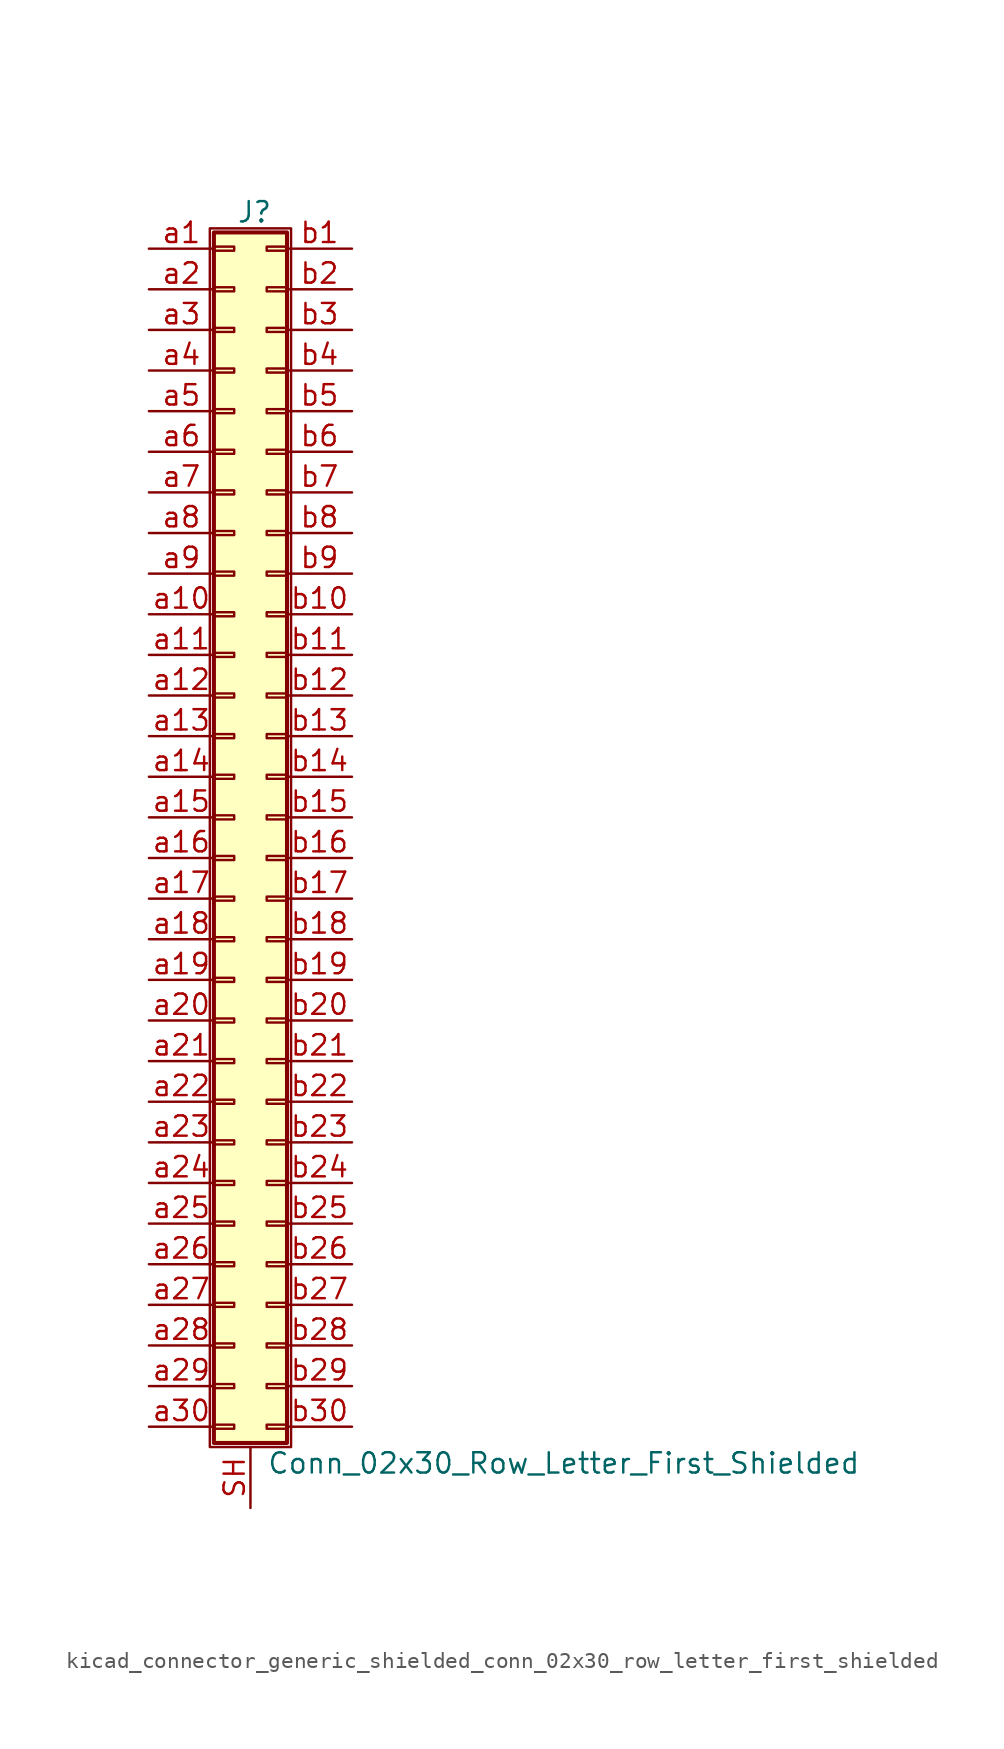
<source format=kicad_sym>
(kicad_symbol_lib
  (version 20220914)
  (generator kicad_symbol_editor)
  (symbol "kicad_connector_generic_shielded_conn_02x30_row_letter_first_shielded"
    (pin_names
      (offset 1.016) hide)
    (property "Reference" "J"
      (at 1.524 37.846 0)
      (effects (font (size 1.27 1.27))))
    (property "Value" "Conn_02x30_Row_Letter_First_Shielded"
      (at 2.286 -40.386 0)
      (effects (font (size 1.27 1.27)) (justify left)))
    (symbol "kicad_connector_generic_shielded_conn_02x30_row_letter_first_shielded_1_1"
      (rectangle (start -1.27 36.83) (end 3.81 -39.37) (stroke (width 0.152) (type default)) (fill (type none)))
      (rectangle (start -1.016 -37.973) (end 0.254 -38.227) (stroke (width 0.152) (type default)) (fill (type none)))
      (rectangle (start -1.016 -35.433) (end 0.254 -35.687) (stroke (width 0.152) (type default)) (fill (type none)))
      (rectangle (start -1.016 -32.893) (end 0.254 -33.147) (stroke (width 0.152) (type default)) (fill (type none)))
      (rectangle (start -1.016 -30.353) (end 0.254 -30.607) (stroke (width 0.152) (type default)) (fill (type none)))
      (rectangle (start -1.016 -27.813) (end 0.254 -28.067) (stroke (width 0.152) (type default)) (fill (type none)))
      (rectangle (start -1.016 -25.273) (end 0.254 -25.527) (stroke (width 0.152) (type default)) (fill (type none)))
      (rectangle (start -1.016 -22.733) (end 0.254 -22.987) (stroke (width 0.152) (type default)) (fill (type none)))
      (rectangle (start -1.016 -20.193) (end 0.254 -20.447) (stroke (width 0.152) (type default)) (fill (type none)))
      (rectangle (start -1.016 -17.653) (end 0.254 -17.907) (stroke (width 0.152) (type default)) (fill (type none)))
      (rectangle (start -1.016 -15.113) (end 0.254 -15.367) (stroke (width 0.152) (type default)) (fill (type none)))
      (rectangle (start -1.016 -12.573) (end 0.254 -12.827) (stroke (width 0.152) (type default)) (fill (type none)))
      (rectangle (start -1.016 -10.033) (end 0.254 -10.287) (stroke (width 0.152) (type default)) (fill (type none)))
      (rectangle (start -1.016 -7.493) (end 0.254 -7.747) (stroke (width 0.152) (type default)) (fill (type none)))
      (rectangle (start -1.016 -4.953) (end 0.254 -5.207) (stroke (width 0.152) (type default)) (fill (type none)))
      (rectangle (start -1.016 -2.413) (end 0.254 -2.667) (stroke (width 0.152) (type default)) (fill (type none)))
      (rectangle (start -1.016 0.127) (end 0.254 -0.127) (stroke (width 0.152) (type default)) (fill (type none)))
      (rectangle (start -1.016 2.667) (end 0.254 2.413) (stroke (width 0.152) (type default)) (fill (type none)))
      (rectangle (start -1.016 5.207) (end 0.254 4.953) (stroke (width 0.152) (type default)) (fill (type none)))
      (rectangle (start -1.016 7.747) (end 0.254 7.493) (stroke (width 0.152) (type default)) (fill (type none)))
      (rectangle (start -1.016 10.287) (end 0.254 10.033) (stroke (width 0.152) (type default)) (fill (type none)))
      (rectangle (start -1.016 12.827) (end 0.254 12.573) (stroke (width 0.152) (type default)) (fill (type none)))
      (rectangle (start -1.016 15.367) (end 0.254 15.113) (stroke (width 0.152) (type default)) (fill (type none)))
      (rectangle (start -1.016 17.907) (end 0.254 17.653) (stroke (width 0.152) (type default)) (fill (type none)))
      (rectangle (start -1.016 20.447) (end 0.254 20.193) (stroke (width 0.152) (type default)) (fill (type none)))
      (rectangle (start -1.016 22.987) (end 0.254 22.733) (stroke (width 0.152) (type default)) (fill (type none)))
      (rectangle (start -1.016 25.527) (end 0.254 25.273) (stroke (width 0.152) (type default)) (fill (type none)))
      (rectangle (start -1.016 28.067) (end 0.254 27.813) (stroke (width 0.152) (type default)) (fill (type none)))
      (rectangle (start -1.016 30.607) (end 0.254 30.353) (stroke (width 0.152) (type default)) (fill (type none)))
      (rectangle (start -1.016 33.147) (end 0.254 32.893) (stroke (width 0.152) (type default)) (fill (type none)))
      (rectangle (start -1.016 35.687) (end 0.254 35.433) (stroke (width 0.152) (type default)) (fill (type none)))
      (rectangle (start -1.016 36.576) (end 3.556 -39.116) (stroke (width 0.254) (type default)) (fill (type background)))
      (rectangle (start 3.556 -37.973) (end 2.286 -38.227) (stroke (width 0.152) (type default)) (fill (type none)))
      (rectangle (start 3.556 -35.433) (end 2.286 -35.687) (stroke (width 0.152) (type default)) (fill (type none)))
      (rectangle (start 3.556 -32.893) (end 2.286 -33.147) (stroke (width 0.152) (type default)) (fill (type none)))
      (rectangle (start 3.556 -30.353) (end 2.286 -30.607) (stroke (width 0.152) (type default)) (fill (type none)))
      (rectangle (start 3.556 -27.813) (end 2.286 -28.067) (stroke (width 0.152) (type default)) (fill (type none)))
      (rectangle (start 3.556 -25.273) (end 2.286 -25.527) (stroke (width 0.152) (type default)) (fill (type none)))
      (rectangle (start 3.556 -22.733) (end 2.286 -22.987) (stroke (width 0.152) (type default)) (fill (type none)))
      (rectangle (start 3.556 -20.193) (end 2.286 -20.447) (stroke (width 0.152) (type default)) (fill (type none)))
      (rectangle (start 3.556 -17.653) (end 2.286 -17.907) (stroke (width 0.152) (type default)) (fill (type none)))
      (rectangle (start 3.556 -15.113) (end 2.286 -15.367) (stroke (width 0.152) (type default)) (fill (type none)))
      (rectangle (start 3.556 -12.573) (end 2.286 -12.827) (stroke (width 0.152) (type default)) (fill (type none)))
      (rectangle (start 3.556 -10.033) (end 2.286 -10.287) (stroke (width 0.152) (type default)) (fill (type none)))
      (rectangle (start 3.556 -7.493) (end 2.286 -7.747) (stroke (width 0.152) (type default)) (fill (type none)))
      (rectangle (start 3.556 -4.953) (end 2.286 -5.207) (stroke (width 0.152) (type default)) (fill (type none)))
      (rectangle (start 3.556 -2.413) (end 2.286 -2.667) (stroke (width 0.152) (type default)) (fill (type none)))
      (rectangle (start 3.556 0.127) (end 2.286 -0.127) (stroke (width 0.152) (type default)) (fill (type none)))
      (rectangle (start 3.556 2.667) (end 2.286 2.413) (stroke (width 0.152) (type default)) (fill (type none)))
      (rectangle (start 3.556 5.207) (end 2.286 4.953) (stroke (width 0.152) (type default)) (fill (type none)))
      (rectangle (start 3.556 7.747) (end 2.286 7.493) (stroke (width 0.152) (type default)) (fill (type none)))
      (rectangle (start 3.556 10.287) (end 2.286 10.033) (stroke (width 0.152) (type default)) (fill (type none)))
      (rectangle (start 3.556 12.827) (end 2.286 12.573) (stroke (width 0.152) (type default)) (fill (type none)))
      (rectangle (start 3.556 15.367) (end 2.286 15.113) (stroke (width 0.152) (type default)) (fill (type none)))
      (rectangle (start 3.556 17.907) (end 2.286 17.653) (stroke (width 0.152) (type default)) (fill (type none)))
      (rectangle (start 3.556 20.447) (end 2.286 20.193) (stroke (width 0.152) (type default)) (fill (type none)))
      (rectangle (start 3.556 22.987) (end 2.286 22.733) (stroke (width 0.152) (type default)) (fill (type none)))
      (rectangle (start 3.556 25.527) (end 2.286 25.273) (stroke (width 0.152) (type default)) (fill (type none)))
      (rectangle (start 3.556 28.067) (end 2.286 27.813) (stroke (width 0.152) (type default)) (fill (type none)))
      (rectangle (start 3.556 30.607) (end 2.286 30.353) (stroke (width 0.152) (type default)) (fill (type none)))
      (rectangle (start 3.556 33.147) (end 2.286 32.893) (stroke (width 0.152) (type default)) (fill (type none)))
      (rectangle (start 3.556 35.687) (end 2.286 35.433) (stroke (width 0.152) (type default)) (fill (type none)))
      (pin passive line (at 1.27 -43.18 90) (length 3.81) (name "Shield" (effects (font (size 1.27 1.27)))) (number "SH" (effects (font (size 1.27 1.27)))))
      (pin passive line (at -5.08 35.56 0) (length 4.064) (name "Pin_a1" (effects (font (size 1.27 1.27)))) (number "a1" (effects (font (size 1.27 1.27)))))
      (pin passive line (at -5.08 12.7 0) (length 4.064) (name "Pin_a10" (effects (font (size 1.27 1.27)))) (number "a10" (effects (font (size 1.27 1.27)))))
      (pin passive line (at -5.08 10.16 0) (length 4.064) (name "Pin_a11" (effects (font (size 1.27 1.27)))) (number "a11" (effects (font (size 1.27 1.27)))))
      (pin passive line (at -5.08 7.62 0) (length 4.064) (name "Pin_a12" (effects (font (size 1.27 1.27)))) (number "a12" (effects (font (size 1.27 1.27)))))
      (pin passive line (at -5.08 5.08 0) (length 4.064) (name "Pin_a13" (effects (font (size 1.27 1.27)))) (number "a13" (effects (font (size 1.27 1.27)))))
      (pin passive line (at -5.08 2.54 0) (length 4.064) (name "Pin_a14" (effects (font (size 1.27 1.27)))) (number "a14" (effects (font (size 1.27 1.27)))))
      (pin passive line (at -5.08 0 0) (length 4.064) (name "Pin_a15" (effects (font (size 1.27 1.27)))) (number "a15" (effects (font (size 1.27 1.27)))))
      (pin passive line (at -5.08 -2.54 0) (length 4.064) (name "Pin_a16" (effects (font (size 1.27 1.27)))) (number "a16" (effects (font (size 1.27 1.27)))))
      (pin passive line (at -5.08 -5.08 0) (length 4.064) (name "Pin_a17" (effects (font (size 1.27 1.27)))) (number "a17" (effects (font (size 1.27 1.27)))))
      (pin passive line (at -5.08 -7.62 0) (length 4.064) (name "Pin_a18" (effects (font (size 1.27 1.27)))) (number "a18" (effects (font (size 1.27 1.27)))))
      (pin passive line (at -5.08 -10.16 0) (length 4.064) (name "Pin_a19" (effects (font (size 1.27 1.27)))) (number "a19" (effects (font (size 1.27 1.27)))))
      (pin passive line (at -5.08 33.02 0) (length 4.064) (name "Pin_a2" (effects (font (size 1.27 1.27)))) (number "a2" (effects (font (size 1.27 1.27)))))
      (pin passive line (at -5.08 -12.7 0) (length 4.064) (name "Pin_a20" (effects (font (size 1.27 1.27)))) (number "a20" (effects (font (size 1.27 1.27)))))
      (pin passive line (at -5.08 -15.24 0) (length 4.064) (name "Pin_a21" (effects (font (size 1.27 1.27)))) (number "a21" (effects (font (size 1.27 1.27)))))
      (pin passive line (at -5.08 -17.78 0) (length 4.064) (name "Pin_a22" (effects (font (size 1.27 1.27)))) (number "a22" (effects (font (size 1.27 1.27)))))
      (pin passive line (at -5.08 -20.32 0) (length 4.064) (name "Pin_a23" (effects (font (size 1.27 1.27)))) (number "a23" (effects (font (size 1.27 1.27)))))
      (pin passive line (at -5.08 -22.86 0) (length 4.064) (name "Pin_a24" (effects (font (size 1.27 1.27)))) (number "a24" (effects (font (size 1.27 1.27)))))
      (pin passive line (at -5.08 -25.4 0) (length 4.064) (name "Pin_a25" (effects (font (size 1.27 1.27)))) (number "a25" (effects (font (size 1.27 1.27)))))
      (pin passive line (at -5.08 -27.94 0) (length 4.064) (name "Pin_a26" (effects (font (size 1.27 1.27)))) (number "a26" (effects (font (size 1.27 1.27)))))
      (pin passive line (at -5.08 -30.48 0) (length 4.064) (name "Pin_a27" (effects (font (size 1.27 1.27)))) (number "a27" (effects (font (size 1.27 1.27)))))
      (pin passive line (at -5.08 -33.02 0) (length 4.064) (name "Pin_a28" (effects (font (size 1.27 1.27)))) (number "a28" (effects (font (size 1.27 1.27)))))
      (pin passive line (at -5.08 -35.56 0) (length 4.064) (name "Pin_a29" (effects (font (size 1.27 1.27)))) (number "a29" (effects (font (size 1.27 1.27)))))
      (pin passive line (at -5.08 30.48 0) (length 4.064) (name "Pin_a3" (effects (font (size 1.27 1.27)))) (number "a3" (effects (font (size 1.27 1.27)))))
      (pin passive line (at -5.08 -38.1 0) (length 4.064) (name "Pin_a30" (effects (font (size 1.27 1.27)))) (number "a30" (effects (font (size 1.27 1.27)))))
      (pin passive line (at -5.08 27.94 0) (length 4.064) (name "Pin_a4" (effects (font (size 1.27 1.27)))) (number "a4" (effects (font (size 1.27 1.27)))))
      (pin passive line (at -5.08 25.4 0) (length 4.064) (name "Pin_a5" (effects (font (size 1.27 1.27)))) (number "a5" (effects (font (size 1.27 1.27)))))
      (pin passive line (at -5.08 22.86 0) (length 4.064) (name "Pin_a6" (effects (font (size 1.27 1.27)))) (number "a6" (effects (font (size 1.27 1.27)))))
      (pin passive line (at -5.08 20.32 0) (length 4.064) (name "Pin_a7" (effects (font (size 1.27 1.27)))) (number "a7" (effects (font (size 1.27 1.27)))))
      (pin passive line (at -5.08 17.78 0) (length 4.064) (name "Pin_a8" (effects (font (size 1.27 1.27)))) (number "a8" (effects (font (size 1.27 1.27)))))
      (pin passive line (at -5.08 15.24 0) (length 4.064) (name "Pin_a9" (effects (font (size 1.27 1.27)))) (number "a9" (effects (font (size 1.27 1.27)))))
      (pin passive line (at 7.62 35.56 180) (length 4.064) (name "Pin_b1" (effects (font (size 1.27 1.27)))) (number "b1" (effects (font (size 1.27 1.27)))))
      (pin passive line (at 7.62 12.7 180) (length 4.064) (name "Pin_b10" (effects (font (size 1.27 1.27)))) (number "b10" (effects (font (size 1.27 1.27)))))
      (pin passive line (at 7.62 10.16 180) (length 4.064) (name "Pin_b11" (effects (font (size 1.27 1.27)))) (number "b11" (effects (font (size 1.27 1.27)))))
      (pin passive line (at 7.62 7.62 180) (length 4.064) (name "Pin_b12" (effects (font (size 1.27 1.27)))) (number "b12" (effects (font (size 1.27 1.27)))))
      (pin passive line (at 7.62 5.08 180) (length 4.064) (name "Pin_b13" (effects (font (size 1.27 1.27)))) (number "b13" (effects (font (size 1.27 1.27)))))
      (pin passive line (at 7.62 2.54 180) (length 4.064) (name "Pin_b14" (effects (font (size 1.27 1.27)))) (number "b14" (effects (font (size 1.27 1.27)))))
      (pin passive line (at 7.62 0 180) (length 4.064) (name "Pin_b15" (effects (font (size 1.27 1.27)))) (number "b15" (effects (font (size 1.27 1.27)))))
      (pin passive line (at 7.62 -2.54 180) (length 4.064) (name "Pin_b16" (effects (font (size 1.27 1.27)))) (number "b16" (effects (font (size 1.27 1.27)))))
      (pin passive line (at 7.62 -5.08 180) (length 4.064) (name "Pin_b17" (effects (font (size 1.27 1.27)))) (number "b17" (effects (font (size 1.27 1.27)))))
      (pin passive line (at 7.62 -7.62 180) (length 4.064) (name "Pin_b18" (effects (font (size 1.27 1.27)))) (number "b18" (effects (font (size 1.27 1.27)))))
      (pin passive line (at 7.62 -10.16 180) (length 4.064) (name "Pin_b19" (effects (font (size 1.27 1.27)))) (number "b19" (effects (font (size 1.27 1.27)))))
      (pin passive line (at 7.62 33.02 180) (length 4.064) (name "Pin_b2" (effects (font (size 1.27 1.27)))) (number "b2" (effects (font (size 1.27 1.27)))))
      (pin passive line (at 7.62 -12.7 180) (length 4.064) (name "Pin_b20" (effects (font (size 1.27 1.27)))) (number "b20" (effects (font (size 1.27 1.27)))))
      (pin passive line (at 7.62 -15.24 180) (length 4.064) (name "Pin_b21" (effects (font (size 1.27 1.27)))) (number "b21" (effects (font (size 1.27 1.27)))))
      (pin passive line (at 7.62 -17.78 180) (length 4.064) (name "Pin_b22" (effects (font (size 1.27 1.27)))) (number "b22" (effects (font (size 1.27 1.27)))))
      (pin passive line (at 7.62 -20.32 180) (length 4.064) (name "Pin_b23" (effects (font (size 1.27 1.27)))) (number "b23" (effects (font (size 1.27 1.27)))))
      (pin passive line (at 7.62 -22.86 180) (length 4.064) (name "Pin_b24" (effects (font (size 1.27 1.27)))) (number "b24" (effects (font (size 1.27 1.27)))))
      (pin passive line (at 7.62 -25.4 180) (length 4.064) (name "Pin_b25" (effects (font (size 1.27 1.27)))) (number "b25" (effects (font (size 1.27 1.27)))))
      (pin passive line (at 7.62 -27.94 180) (length 4.064) (name "Pin_b26" (effects (font (size 1.27 1.27)))) (number "b26" (effects (font (size 1.27 1.27)))))
      (pin passive line (at 7.62 -30.48 180) (length 4.064) (name "Pin_b27" (effects (font (size 1.27 1.27)))) (number "b27" (effects (font (size 1.27 1.27)))))
      (pin passive line (at 7.62 -33.02 180) (length 4.064) (name "Pin_b28" (effects (font (size 1.27 1.27)))) (number "b28" (effects (font (size 1.27 1.27)))))
      (pin passive line (at 7.62 -35.56 180) (length 4.064) (name "Pin_b29" (effects (font (size 1.27 1.27)))) (number "b29" (effects (font (size 1.27 1.27)))))
      (pin passive line (at 7.62 30.48 180) (length 4.064) (name "Pin_b3" (effects (font (size 1.27 1.27)))) (number "b3" (effects (font (size 1.27 1.27)))))
      (pin passive line (at 7.62 -38.1 180) (length 4.064) (name "Pin_b30" (effects (font (size 1.27 1.27)))) (number "b30" (effects (font (size 1.27 1.27)))))
      (pin passive line (at 7.62 27.94 180) (length 4.064) (name "Pin_b4" (effects (font (size 1.27 1.27)))) (number "b4" (effects (font (size 1.27 1.27)))))
      (pin passive line (at 7.62 25.4 180) (length 4.064) (name "Pin_b5" (effects (font (size 1.27 1.27)))) (number "b5" (effects (font (size 1.27 1.27)))))
      (pin passive line (at 7.62 22.86 180) (length 4.064) (name "Pin_b6" (effects (font (size 1.27 1.27)))) (number "b6" (effects (font (size 1.27 1.27)))))
      (pin passive line (at 7.62 20.32 180) (length 4.064) (name "Pin_b7" (effects (font (size 1.27 1.27)))) (number "b7" (effects (font (size 1.27 1.27)))))
      (pin passive line (at 7.62 17.78 180) (length 4.064) (name "Pin_b8" (effects (font (size 1.27 1.27)))) (number "b8" (effects (font (size 1.27 1.27)))))
      (pin passive line (at 7.62 15.24 180) (length 4.064) (name "Pin_b9" (effects (font (size 1.27 1.27)))) (number "b9" (effects (font (size 1.27 1.27))))))))
</source>
